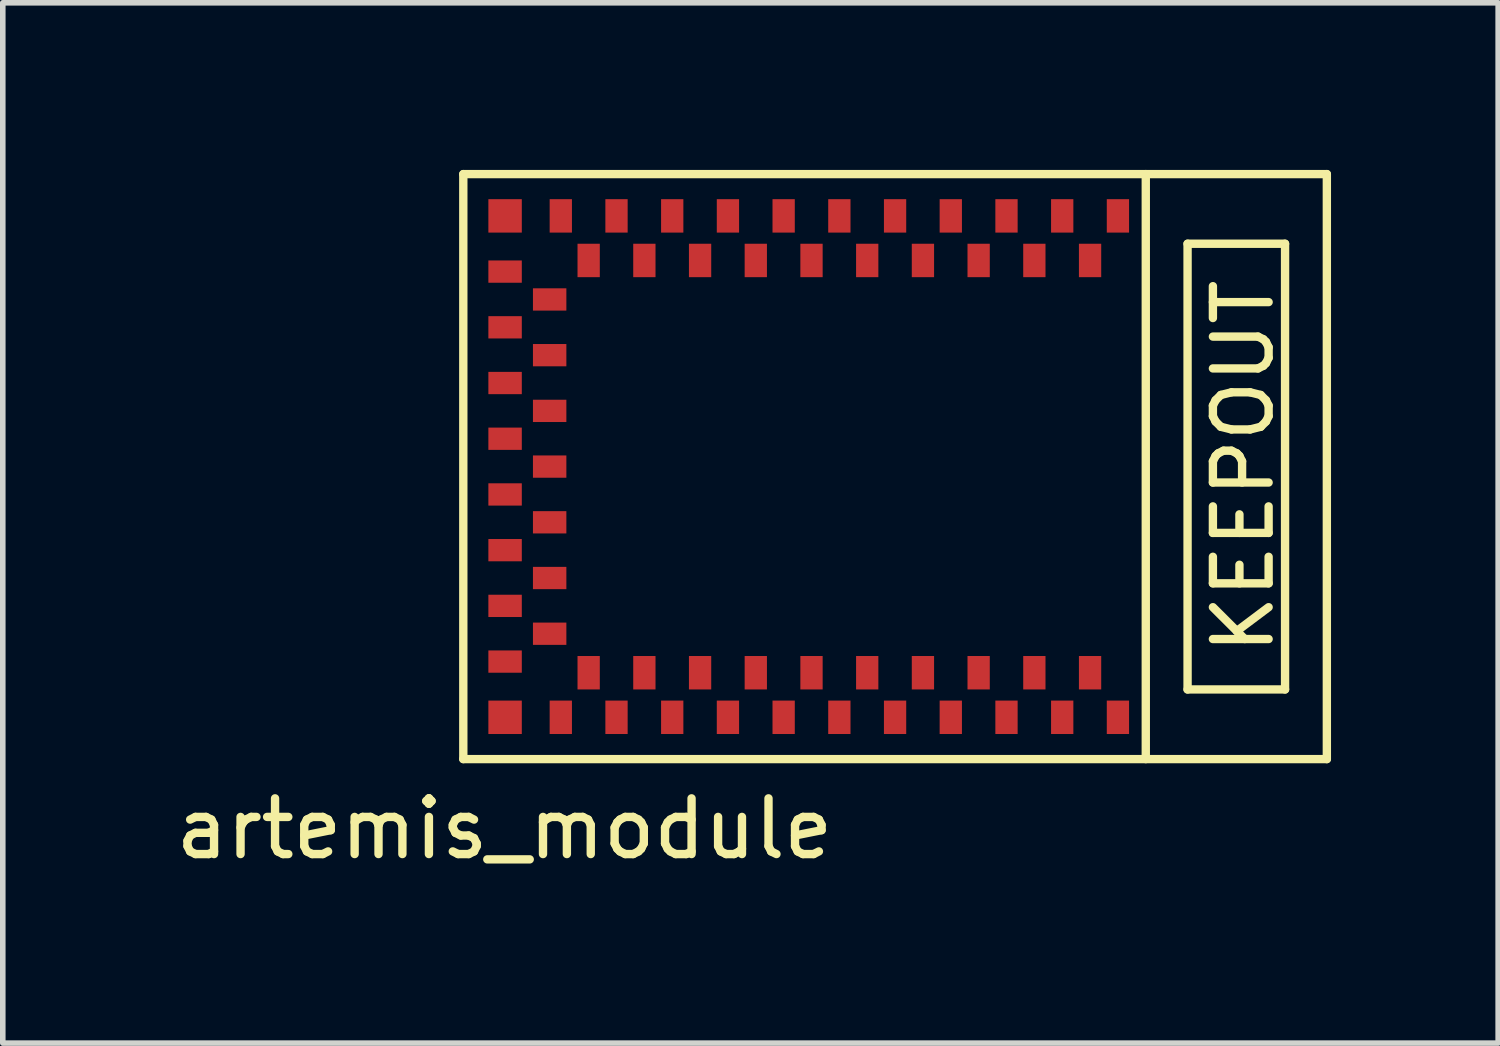
<source format=kicad_pcb>
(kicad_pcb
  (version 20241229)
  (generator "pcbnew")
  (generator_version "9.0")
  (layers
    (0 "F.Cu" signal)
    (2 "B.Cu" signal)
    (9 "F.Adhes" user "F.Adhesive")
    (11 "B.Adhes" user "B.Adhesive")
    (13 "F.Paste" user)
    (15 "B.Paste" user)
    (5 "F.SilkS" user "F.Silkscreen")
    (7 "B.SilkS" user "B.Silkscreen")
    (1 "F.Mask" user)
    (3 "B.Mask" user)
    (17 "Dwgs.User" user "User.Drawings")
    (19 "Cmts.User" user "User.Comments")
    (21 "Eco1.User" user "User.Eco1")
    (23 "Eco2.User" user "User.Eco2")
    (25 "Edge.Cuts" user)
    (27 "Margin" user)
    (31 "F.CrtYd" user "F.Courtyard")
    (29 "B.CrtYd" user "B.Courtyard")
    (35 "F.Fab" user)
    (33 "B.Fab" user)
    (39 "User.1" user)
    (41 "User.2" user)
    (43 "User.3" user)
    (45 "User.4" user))
  (footprint "artemis_module"
    (layer "F.Cu")
    (at 6.016 5.325)
    (property "Reference" "artemis_module" (at -0.01 6.5 0) (layer "F.SilkS") (effects (font (size 1 1) (thickness 0.15))))
    (attr through_hole)
    (fp_line (start -0.75 -5.25) (end 14.75 -5.25) (stroke (width 0.15) (type solid)) (layer "F.SilkS"))
    (fp_line (start -0.75 5.25) (end -0.75 -5.25) (stroke (width 0.15) (type solid)) (layer "F.SilkS"))
    (fp_line (start 11.5 5.25) (end 11.5 -5.25) (stroke (width 0.15) (type solid)) (layer "F.SilkS"))
    (fp_line (start 12.25 -4) (end 14 -4) (stroke (width 0.15) (type solid)) (layer "F.SilkS"))
    (fp_line (start 12.25 4) (end 12.25 -4) (stroke (width 0.15) (type solid)) (layer "F.SilkS"))
    (fp_line (start 14 -4) (end 14 4) (stroke (width 0.15) (type solid)) (layer "F.SilkS"))
    (fp_line (start 14 4) (end 12.25 4) (stroke (width 0.15) (type solid)) (layer "F.SilkS"))
    (fp_line (start 14.75 -5.25) (end 14.75 5.25) (stroke (width 0.15) (type solid)) (layer "F.SilkS"))
    (fp_line (start 14.75 5.25) (end -0.75 5.25) (stroke (width 0.15) (type solid)) (layer "F.SilkS"))
    (fp_text user "KEEPOUT" (at 13.25 0 270) (layer "F.SilkS") (effects (font (size 1 1) (thickness 0.15))))
    (pad "1" smd rect (at 11 -4.5 90) (size 0.6 0.4) (layers "F.Cu" "F.Mask" "F.Paste"))
    (pad "2" smd rect (at 10.5 -3.7 90) (size 0.6 0.4) (layers "F.Cu" "F.Mask" "F.Paste"))
    (pad "3" smd rect (at 10 -4.5 90) (size 0.6 0.4) (layers "F.Cu" "F.Mask" "F.Paste"))
    (pad "4" smd rect (at 9.5 -3.7 90) (size 0.6 0.4) (layers "F.Cu" "F.Mask" "F.Paste"))
    (pad "5" smd rect (at 9 -4.5 90) (size 0.6 0.4) (layers "F.Cu" "F.Mask" "F.Paste"))
    (pad "6" smd rect (at 8.5 -3.7 90) (size 0.6 0.4) (layers "F.Cu" "F.Mask" "F.Paste"))
    (pad "7" smd rect (at 8 -4.5 90) (size 0.6 0.4) (layers "F.Cu" "F.Mask" "F.Paste"))
    (pad "8" smd rect (at 7.5 -3.7 90) (size 0.6 0.4) (layers "F.Cu" "F.Mask" "F.Paste"))
    (pad "9" smd rect (at 7 -4.5 90) (size 0.6 0.4) (layers "F.Cu" "F.Mask" "F.Paste"))
    (pad "10" smd rect (at 6.5 -3.7 90) (size 0.6 0.4) (layers "F.Cu" "F.Mask" "F.Paste"))
    (pad "11" smd rect (at 6 -4.5 90) (size 0.6 0.4) (layers "F.Cu" "F.Mask" "F.Paste"))
    (pad "12" smd rect (at 5.5 -3.7 90) (size 0.6 0.4) (layers "F.Cu" "F.Mask" "F.Paste"))
    (pad "13" smd rect (at 5 -4.5 90) (size 0.6 0.4) (layers "F.Cu" "F.Mask" "F.Paste"))
    (pad "14" smd rect (at 4.5 -3.7 90) (size 0.6 0.4) (layers "F.Cu" "F.Mask" "F.Paste"))
    (pad "15" smd rect (at 4 -4.5 90) (size 0.6 0.4) (layers "F.Cu" "F.Mask" "F.Paste"))
    (pad "16" smd rect (at 3.5 -3.7 90) (size 0.6 0.4) (layers "F.Cu" "F.Mask" "F.Paste"))
    (pad "17" smd rect (at 3 -4.5 90) (size 0.6 0.4) (layers "F.Cu" "F.Mask" "F.Paste"))
    (pad "18" smd rect (at 2.5 -3.7 90) (size 0.6 0.4) (layers "F.Cu" "F.Mask" "F.Paste"))
    (pad "19" smd rect (at 2 -4.5 90) (size 0.6 0.4) (layers "F.Cu" "F.Mask" "F.Paste"))
    (pad "20" smd rect (at 1.5 -3.7 90) (size 0.6 0.4) (layers "F.Cu" "F.Mask" "F.Paste"))
    (pad "21" smd rect (at 1 -4.5 90) (size 0.6 0.4) (layers "F.Cu" "F.Mask" "F.Paste"))
    (pad "22" smd rect (at 0 -4.5) (size 0.6 0.6) (layers "F.Cu" "F.Mask" "F.Paste"))
    (pad "23" smd rect (at 0 -3.5 180) (size 0.6 0.4) (layers "F.Cu" "F.Mask" "F.Paste"))
    (pad "24" smd rect (at 0.8 -3 180) (size 0.6 0.4) (layers "F.Cu" "F.Mask" "F.Paste"))
    (pad "25" smd rect (at 0 -2.5 180) (size 0.6 0.4) (layers "F.Cu" "F.Mask" "F.Paste"))
    (pad "26" smd rect (at 0.8 -2 180) (size 0.6 0.4) (layers "F.Cu" "F.Mask" "F.Paste"))
    (pad "27" smd rect (at 0 -1.5 180) (size 0.6 0.4) (layers "F.Cu" "F.Mask" "F.Paste"))
    (pad "28" smd rect (at 0.8 -1 180) (size 0.6 0.4) (layers "F.Cu" "F.Mask" "F.Paste"))
    (pad "29" smd rect (at 0 -0.5 180) (size 0.6 0.4) (layers "F.Cu" "F.Mask" "F.Paste"))
    (pad "30" smd rect (at 0.8 0 180) (size 0.6 0.4) (layers "F.Cu" "F.Mask" "F.Paste"))
    (pad "31" smd rect (at 0 0.5 180) (size 0.6 0.4) (layers "F.Cu" "F.Mask" "F.Paste"))
    (pad "32" smd rect (at 0.8 1 180) (size 0.6 0.4) (layers "F.Cu" "F.Mask" "F.Paste"))
    (pad "33" smd rect (at 0 1.5 180) (size 0.6 0.4) (layers "F.Cu" "F.Mask" "F.Paste"))
    (pad "34" smd rect (at 0.8 2 180) (size 0.6 0.4) (layers "F.Cu" "F.Mask" "F.Paste"))
    (pad "35" smd rect (at 0 2.5 180) (size 0.6 0.4) (layers "F.Cu" "F.Mask" "F.Paste"))
    (pad "36" smd rect (at 0.8 3 180) (size 0.6 0.4) (layers "F.Cu" "F.Mask" "F.Paste"))
    (pad "37" smd rect (at 0 3.5 180) (size 0.6 0.4) (layers "F.Cu" "F.Mask" "F.Paste"))
    (pad "38" smd rect (at 0 4.5) (size 0.6 0.6) (layers "F.Cu" "F.Mask" "F.Paste"))
    (pad "39" smd rect (at 1 4.5 270) (size 0.6 0.4) (layers "F.Cu" "F.Mask" "F.Paste"))
    (pad "40" smd rect (at 1.5 3.7 270) (size 0.6 0.4) (layers "F.Cu" "F.Mask" "F.Paste"))
    (pad "41" smd rect (at 2 4.5 270) (size 0.6 0.4) (layers "F.Cu" "F.Mask" "F.Paste"))
    (pad "42" smd rect (at 2.5 3.7 270) (size 0.6 0.4) (layers "F.Cu" "F.Mask" "F.Paste"))
    (pad "43" smd rect (at 3 4.5 270) (size 0.6 0.4) (layers "F.Cu" "F.Mask" "F.Paste"))
    (pad "44" smd rect (at 3.5 3.7 270) (size 0.6 0.4) (layers "F.Cu" "F.Mask" "F.Paste"))
    (pad "45" smd rect (at 4 4.5 270) (size 0.6 0.4) (layers "F.Cu" "F.Mask" "F.Paste"))
    (pad "46" smd rect (at 4.5 3.7 270) (size 0.6 0.4) (layers "F.Cu" "F.Mask" "F.Paste"))
    (pad "47" smd rect (at 5 4.5 270) (size 0.6 0.4) (layers "F.Cu" "F.Mask" "F.Paste"))
    (pad "48" smd rect (at 5.5 3.7 270) (size 0.6 0.4) (layers "F.Cu" "F.Mask" "F.Paste"))
    (pad "49" smd rect (at 6 4.5 270) (size 0.6 0.4) (layers "F.Cu" "F.Mask" "F.Paste"))
    (pad "50" smd rect (at 6.5 3.7 270) (size 0.6 0.4) (layers "F.Cu" "F.Mask" "F.Paste"))
    (pad "51" smd rect (at 7 4.5 270) (size 0.6 0.4) (layers "F.Cu" "F.Mask" "F.Paste"))
    (pad "52" smd rect (at 7.5 3.7 270) (size 0.6 0.4) (layers "F.Cu" "F.Mask" "F.Paste"))
    (pad "53" smd rect (at 8 4.5 270) (size 0.6 0.4) (layers "F.Cu" "F.Mask" "F.Paste"))
    (pad "54" smd rect (at 8.5 3.7 270) (size 0.6 0.4) (layers "F.Cu" "F.Mask" "F.Paste"))
    (pad "55" smd rect (at 9 4.5 270) (size 0.6 0.4) (layers "F.Cu" "F.Mask" "F.Paste"))
    (pad "56" smd rect (at 9.5 3.7 270) (size 0.6 0.4) (layers "F.Cu" "F.Mask" "F.Paste"))
    (pad "57" smd rect (at 10 4.5 270) (size 0.6 0.4) (layers "F.Cu" "F.Mask" "F.Paste"))
    (pad "58" smd rect (at 10.5 3.7 270) (size 0.6 0.4) (layers "F.Cu" "F.Mask" "F.Paste"))
    (pad "59" smd rect (at 11 4.5 270) (size 0.6 0.4) (layers "F.Cu" "F.Mask" "F.Paste")))
  (gr_rect
    (start -3 -3)
    (end 23.841 15.673)
    (stroke (width 0.1) (type default))
    (fill no)
    (layer "Edge.Cuts")))
</source>
